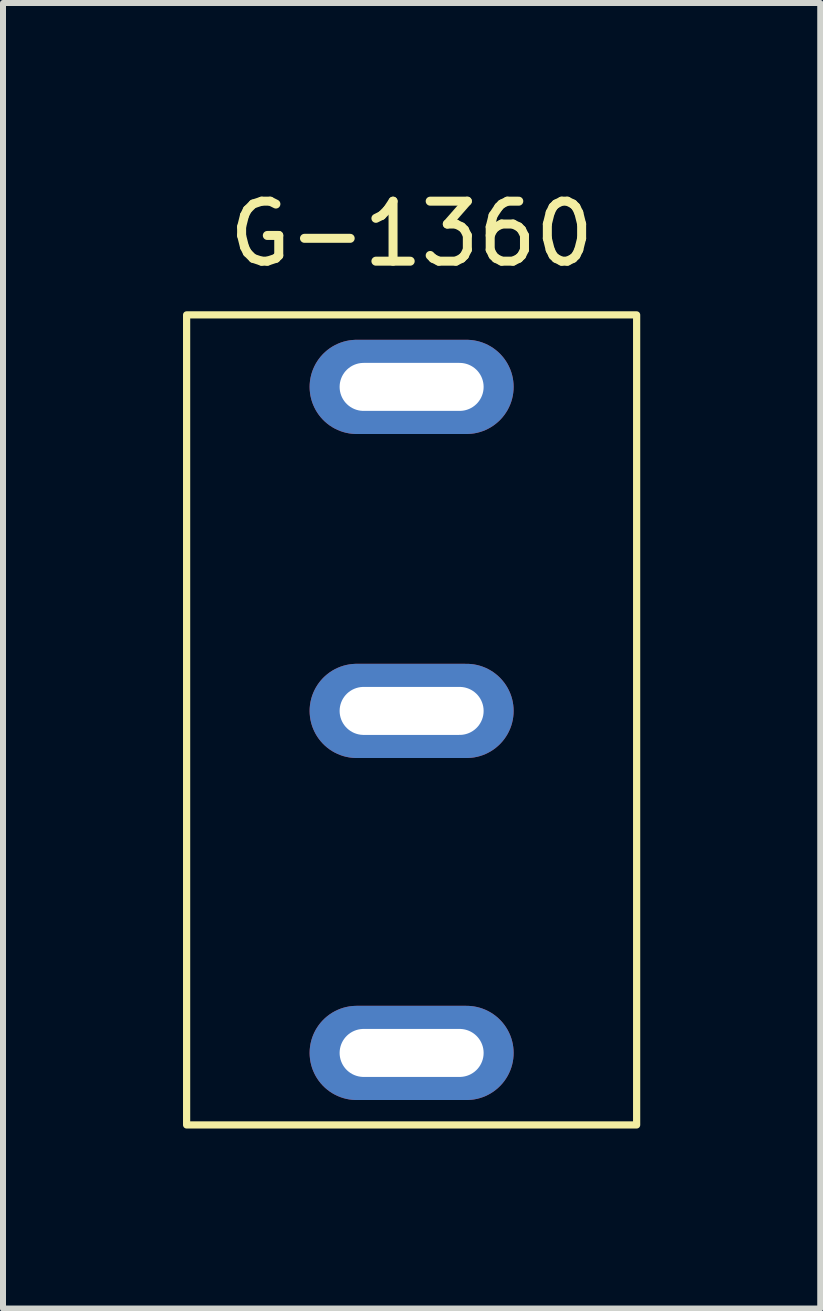
<source format=kicad_pcb>
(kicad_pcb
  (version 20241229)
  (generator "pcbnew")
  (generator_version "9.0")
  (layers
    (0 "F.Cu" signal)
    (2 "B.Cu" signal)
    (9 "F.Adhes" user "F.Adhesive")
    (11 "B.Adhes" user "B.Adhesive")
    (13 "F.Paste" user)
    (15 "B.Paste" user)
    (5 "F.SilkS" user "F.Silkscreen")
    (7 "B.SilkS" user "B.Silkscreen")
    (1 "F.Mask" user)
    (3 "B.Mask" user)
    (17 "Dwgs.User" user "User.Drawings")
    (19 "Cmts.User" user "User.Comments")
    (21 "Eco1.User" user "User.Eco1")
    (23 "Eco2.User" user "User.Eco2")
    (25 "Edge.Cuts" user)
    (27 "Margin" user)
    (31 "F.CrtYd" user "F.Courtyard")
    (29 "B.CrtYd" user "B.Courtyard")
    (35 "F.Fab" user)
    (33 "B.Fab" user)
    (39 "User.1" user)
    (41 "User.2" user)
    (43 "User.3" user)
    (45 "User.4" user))
  (footprint "G-1360"
    (layer "F.Cu")
    (at 3.81 8.948)
    (property "Reference" "G-1360" (at 0 -8.1 0) (unlocked yes) (layer "F.SilkS") (effects (font (size 1 1) (thickness 0.15))))
    (attr through_hole)
    (fp_rect (start -3.75 -6.75) (end 3.75 6.75) (stroke (width 0.12) (type solid)) (fill no) (layer "F.SilkS"))
    (pad "S" thru_hole oval (at 0 -5.55) (size 3.4 1.57) (drill oval 2.4 0.8) (layers "*.Cu" "*.Mask"))
    (pad "T" thru_hole oval (at 0 -0.15) (size 3.4 1.57) (drill oval 2.4 0.8) (layers "*.Cu" "*.Mask"))
    (pad "T" thru_hole oval (at 0 5.55) (size 3.4 1.57) (drill oval 2.4 0.8) (layers "*.Cu" "*.Mask")))
  (gr_rect
    (start -3 -3)
    (end 10.62 18.758)
    (stroke (width 0.1) (type default))
    (fill no)
    (layer "Edge.Cuts")))
</source>
